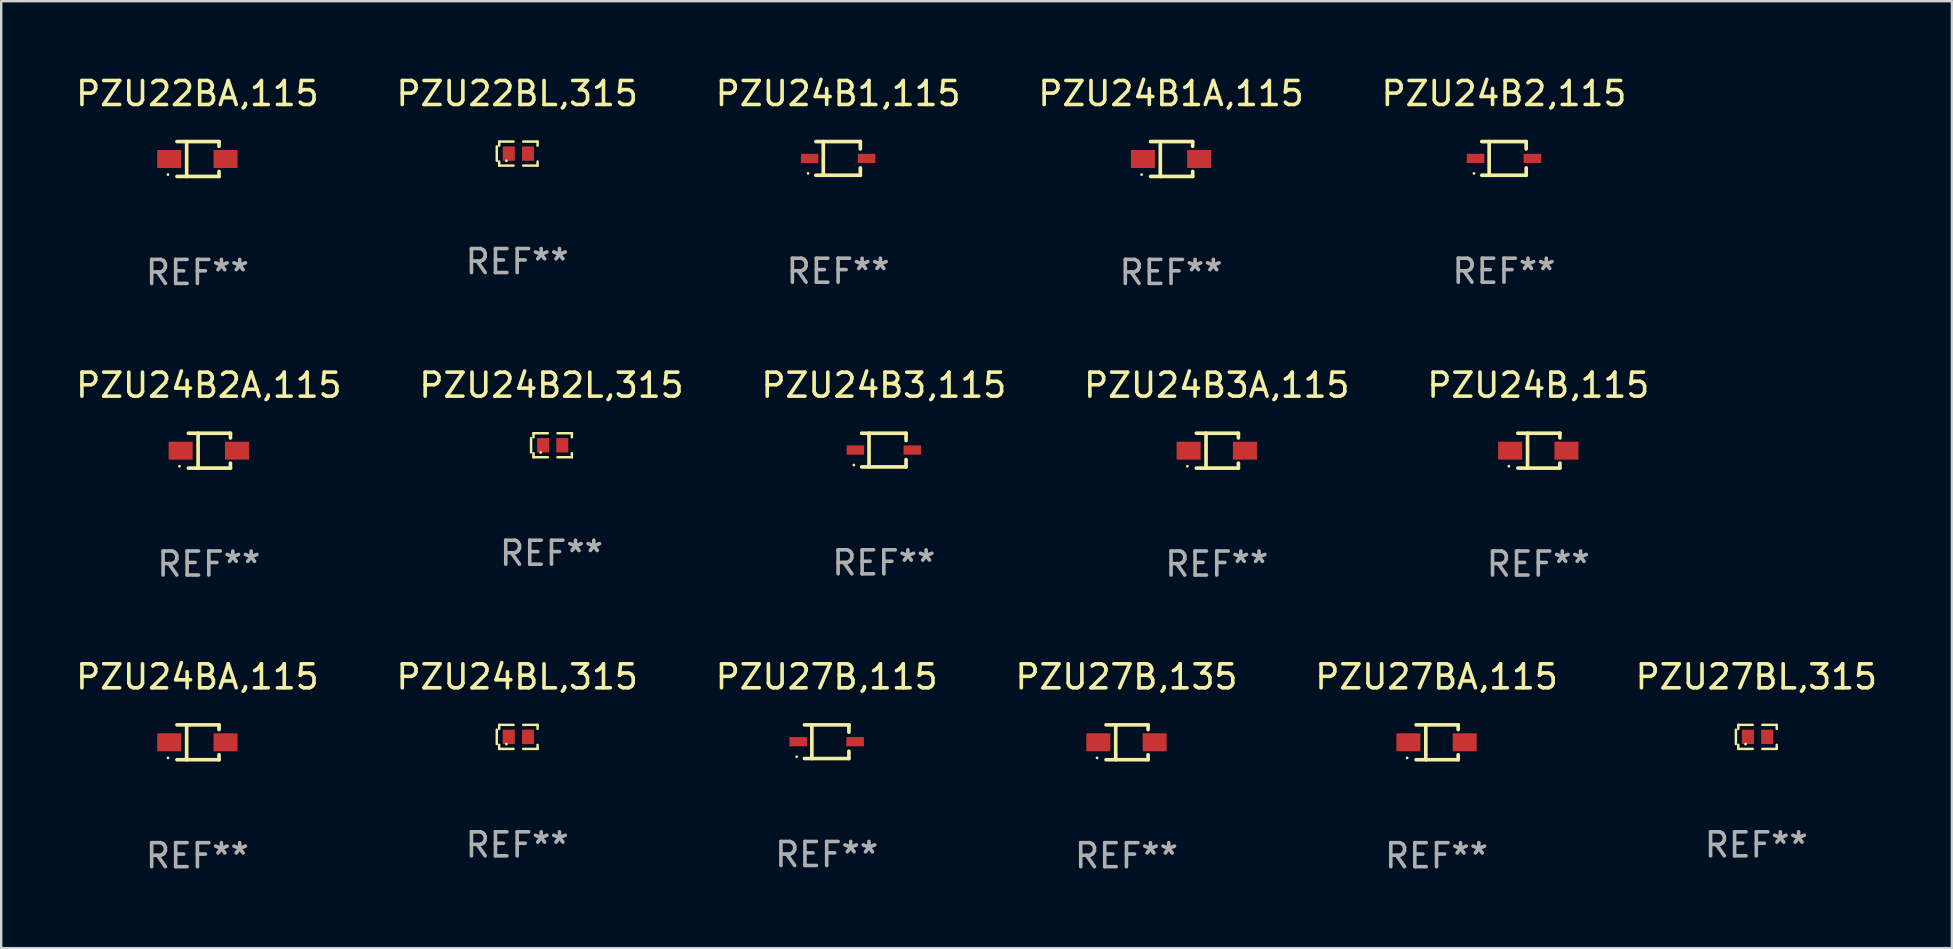
<source format=kicad_pcb>
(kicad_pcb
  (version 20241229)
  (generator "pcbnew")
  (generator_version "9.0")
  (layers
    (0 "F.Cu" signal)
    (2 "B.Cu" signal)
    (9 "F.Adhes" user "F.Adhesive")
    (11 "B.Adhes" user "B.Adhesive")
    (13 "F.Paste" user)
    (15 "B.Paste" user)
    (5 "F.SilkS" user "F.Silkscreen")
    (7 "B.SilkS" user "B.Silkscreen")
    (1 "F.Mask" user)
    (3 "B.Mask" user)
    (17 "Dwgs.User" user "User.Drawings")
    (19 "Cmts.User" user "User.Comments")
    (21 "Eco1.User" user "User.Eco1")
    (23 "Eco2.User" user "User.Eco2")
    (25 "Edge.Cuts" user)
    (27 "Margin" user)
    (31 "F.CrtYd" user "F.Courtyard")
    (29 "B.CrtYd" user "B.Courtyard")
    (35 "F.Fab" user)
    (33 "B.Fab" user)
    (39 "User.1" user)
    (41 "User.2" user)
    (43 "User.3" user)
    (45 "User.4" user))
  (footprint "PZU24B3A,115"
    (layer "F.Cu")
    (at 47.637 15.723)
    (property "Reference" "PZU24B3A,115" (at 0 -2.726 0) (layer "F.SilkS") (effects (font (size 1 1) (thickness 0.15))))
    (attr through_hole)
    (fp_line (start -0.851 -0.726) (end 0.901 -0.726) (stroke (width 0.152) (type solid)) (layer "F.SilkS"))
    (fp_line (start -0.851 0.726) (end 0.901 0.726) (stroke (width 0.152) (type solid)) (layer "F.SilkS"))
    (fp_line (start -0.447 -0.726) (end -0.447 0.726) (stroke (width 0.152) (type solid)) (layer "F.SilkS"))
    (fp_line (start 0.901 -0.726) (end 0.901 -0.53) (stroke (width 0.152) (type solid)) (layer "F.SilkS"))
    (fp_line (start 0.901 0.726) (end 0.901 0.52) (stroke (width 0.152) (type solid)) (layer "F.SilkS"))
    (fp_circle (center -1.225 0.65) (end -1.195 0.65) (stroke (width 0.06) (type solid)) (fill no) (layer "F.SilkS"))
    (fp_text user "REF**" (at 0 4.726 0) (layer "F.Fab") (effects (font (size 1 1) (thickness 0.15))))
    (pad "1" smd rect (at -1.173 0) (size 1 0.75) (layers "F.Cu" "F.Mask" "F.Paste"))
    (pad "2" smd rect (at 1.173 0) (size 1 0.75) (layers "F.Cu" "F.Mask" "F.Paste")))
  (footprint "PZU27BL,315"
    (layer "F.Cu")
    (at 70.113 27.646)
    (property "Reference" "PZU27BL,315" (at 0 -2.5 0) (layer "F.SilkS") (effects (font (size 1 1) (thickness 0.15))))
    (attr through_hole)
    (fp_line (start -0.85 -0.3) (end -0.85 0.3) (stroke (width 0.102) (type solid)) (layer "F.SilkS"))
    (fp_line (start -0.75 -0.5) (end -0.75 -0.329) (stroke (width 0.102) (type solid)) (layer "F.SilkS"))
    (fp_line (start -0.75 0.329) (end -0.75 0.5) (stroke (width 0.102) (type solid)) (layer "F.SilkS"))
    (fp_line (start -0.75 0.5) (end -0.15 0.5) (stroke (width 0.102) (type solid)) (layer "F.SilkS"))
    (fp_line (start -0.15 -0.5) (end -0.75 -0.5) (stroke (width 0.102) (type solid)) (layer "F.SilkS"))
    (fp_line (start 0.25 -0.5) (end 0.85 -0.5) (stroke (width 0.102) (type solid)) (layer "F.SilkS"))
    (fp_line (start 0.85 -0.5) (end 0.85 -0.33) (stroke (width 0.102) (type solid)) (layer "F.SilkS"))
    (fp_line (start 0.85 0.33) (end 0.85 0.5) (stroke (width 0.102) (type solid)) (layer "F.SilkS"))
    (fp_line (start 0.85 0.5) (end 0.25 0.5) (stroke (width 0.102) (type solid)) (layer "F.SilkS"))
    (fp_circle (center -0.45 0.3) (end -0.42 0.3) (stroke (width 0.06) (type solid)) (fill no) (layer "F.SilkS"))
    (fp_text user "REF**" (at 0 4.5 0) (layer "F.Fab") (effects (font (size 1 1) (thickness 0.15))))
    (pad "1" smd rect (at -0.35 0) (size 0.5 0.6) (layers "F.Cu" "F.Mask" "F.Paste"))
    (pad "2" smd rect (at 0.45 0) (size 0.5 0.6) (layers "F.Cu" "F.Mask" "F.Paste")))
  (footprint "PZU24B2L,315"
    (layer "F.Cu")
    (at 19.923 15.497)
    (property "Reference" "PZU24B2L,315" (at 0 -2.5 0) (layer "F.SilkS") (effects (font (size 1 1) (thickness 0.15))))
    (attr through_hole)
    (fp_line (start -0.85 -0.3) (end -0.85 0.3) (stroke (width 0.102) (type solid)) (layer "F.SilkS"))
    (fp_line (start -0.75 -0.5) (end -0.75 -0.329) (stroke (width 0.102) (type solid)) (layer "F.SilkS"))
    (fp_line (start -0.75 0.329) (end -0.75 0.5) (stroke (width 0.102) (type solid)) (layer "F.SilkS"))
    (fp_line (start -0.75 0.5) (end -0.15 0.5) (stroke (width 0.102) (type solid)) (layer "F.SilkS"))
    (fp_line (start -0.15 -0.5) (end -0.75 -0.5) (stroke (width 0.102) (type solid)) (layer "F.SilkS"))
    (fp_line (start 0.25 -0.5) (end 0.85 -0.5) (stroke (width 0.102) (type solid)) (layer "F.SilkS"))
    (fp_line (start 0.85 -0.5) (end 0.85 -0.33) (stroke (width 0.102) (type solid)) (layer "F.SilkS"))
    (fp_line (start 0.85 0.33) (end 0.85 0.5) (stroke (width 0.102) (type solid)) (layer "F.SilkS"))
    (fp_line (start 0.85 0.5) (end 0.25 0.5) (stroke (width 0.102) (type solid)) (layer "F.SilkS"))
    (fp_circle (center -0.45 0.3) (end -0.42 0.3) (stroke (width 0.06) (type solid)) (fill no) (layer "F.SilkS"))
    (fp_text user "REF**" (at 0 4.5 0) (layer "F.Fab") (effects (font (size 1 1) (thickness 0.15))))
    (pad "1" smd rect (at -0.35 0) (size 0.5 0.6) (layers "F.Cu" "F.Mask" "F.Paste"))
    (pad "2" smd rect (at 0.45 0) (size 0.5 0.6) (layers "F.Cu" "F.Mask" "F.Paste")))
  (footprint "PZU22BL,315"
    (layer "F.Cu")
    (at 18.494 3.348)
    (property "Reference" "PZU22BL,315" (at 0 -2.5 0) (layer "F.SilkS") (effects (font (size 1 1) (thickness 0.15))))
    (attr through_hole)
    (fp_line (start -0.85 -0.3) (end -0.85 0.3) (stroke (width 0.102) (type solid)) (layer "F.SilkS"))
    (fp_line (start -0.75 -0.5) (end -0.75 -0.329) (stroke (width 0.102) (type solid)) (layer "F.SilkS"))
    (fp_line (start -0.75 0.329) (end -0.75 0.5) (stroke (width 0.102) (type solid)) (layer "F.SilkS"))
    (fp_line (start -0.75 0.5) (end -0.15 0.5) (stroke (width 0.102) (type solid)) (layer "F.SilkS"))
    (fp_line (start -0.15 -0.5) (end -0.75 -0.5) (stroke (width 0.102) (type solid)) (layer "F.SilkS"))
    (fp_line (start 0.25 -0.5) (end 0.85 -0.5) (stroke (width 0.102) (type solid)) (layer "F.SilkS"))
    (fp_line (start 0.85 -0.5) (end 0.85 -0.33) (stroke (width 0.102) (type solid)) (layer "F.SilkS"))
    (fp_line (start 0.85 0.33) (end 0.85 0.5) (stroke (width 0.102) (type solid)) (layer "F.SilkS"))
    (fp_line (start 0.85 0.5) (end 0.25 0.5) (stroke (width 0.102) (type solid)) (layer "F.SilkS"))
    (fp_circle (center -0.45 0.3) (end -0.42 0.3) (stroke (width 0.06) (type solid)) (fill no) (layer "F.SilkS"))
    (fp_text user "REF**" (at 0 4.5 0) (layer "F.Fab") (effects (font (size 1 1) (thickness 0.15))))
    (pad "1" smd rect (at -0.35 0) (size 0.5 0.6) (layers "F.Cu" "F.Mask" "F.Paste"))
    (pad "2" smd rect (at 0.45 0) (size 0.5 0.6) (layers "F.Cu" "F.Mask" "F.Paste")))
  (footprint "PZU27BA,115"
    (layer "F.Cu")
    (at 56.792 27.872)
    (property "Reference" "PZU27BA,115" (at 0 -2.726 0) (layer "F.SilkS") (effects (font (size 1 1) (thickness 0.15))))
    (attr through_hole)
    (fp_line (start -0.851 -0.726) (end 0.901 -0.726) (stroke (width 0.152) (type solid)) (layer "F.SilkS"))
    (fp_line (start -0.851 0.726) (end 0.901 0.726) (stroke (width 0.152) (type solid)) (layer "F.SilkS"))
    (fp_line (start -0.447 -0.726) (end -0.447 0.726) (stroke (width 0.152) (type solid)) (layer "F.SilkS"))
    (fp_line (start 0.901 -0.726) (end 0.901 -0.53) (stroke (width 0.152) (type solid)) (layer "F.SilkS"))
    (fp_line (start 0.901 0.726) (end 0.901 0.52) (stroke (width 0.152) (type solid)) (layer "F.SilkS"))
    (fp_circle (center -1.225 0.65) (end -1.195 0.65) (stroke (width 0.06) (type solid)) (fill no) (layer "F.SilkS"))
    (fp_text user "REF**" (at 0 4.726 0) (layer "F.Fab") (effects (font (size 1 1) (thickness 0.15))))
    (pad "1" smd rect (at -1.173 0) (size 1 0.75) (layers "F.Cu" "F.Mask" "F.Paste"))
    (pad "2" smd rect (at 1.173 0) (size 1 0.75) (layers "F.Cu" "F.Mask" "F.Paste")))
  (footprint "PZU24BL,315"
    (layer "F.Cu")
    (at 18.494 27.646)
    (property "Reference" "PZU24BL,315" (at 0 -2.5 0) (layer "F.SilkS") (effects (font (size 1 1) (thickness 0.15))))
    (attr through_hole)
    (fp_line (start -0.85 -0.3) (end -0.85 0.3) (stroke (width 0.102) (type solid)) (layer "F.SilkS"))
    (fp_line (start -0.75 -0.5) (end -0.75 -0.329) (stroke (width 0.102) (type solid)) (layer "F.SilkS"))
    (fp_line (start -0.75 0.329) (end -0.75 0.5) (stroke (width 0.102) (type solid)) (layer "F.SilkS"))
    (fp_line (start -0.75 0.5) (end -0.15 0.5) (stroke (width 0.102) (type solid)) (layer "F.SilkS"))
    (fp_line (start -0.15 -0.5) (end -0.75 -0.5) (stroke (width 0.102) (type solid)) (layer "F.SilkS"))
    (fp_line (start 0.25 -0.5) (end 0.85 -0.5) (stroke (width 0.102) (type solid)) (layer "F.SilkS"))
    (fp_line (start 0.85 -0.5) (end 0.85 -0.33) (stroke (width 0.102) (type solid)) (layer "F.SilkS"))
    (fp_line (start 0.85 0.33) (end 0.85 0.5) (stroke (width 0.102) (type solid)) (layer "F.SilkS"))
    (fp_line (start 0.85 0.5) (end 0.25 0.5) (stroke (width 0.102) (type solid)) (layer "F.SilkS"))
    (fp_circle (center -0.45 0.3) (end -0.42 0.3) (stroke (width 0.06) (type solid)) (fill no) (layer "F.SilkS"))
    (fp_text user "REF**" (at 0 4.5 0) (layer "F.Fab") (effects (font (size 1 1) (thickness 0.15))))
    (pad "1" smd rect (at -0.35 0) (size 0.5 0.6) (layers "F.Cu" "F.Mask" "F.Paste"))
    (pad "2" smd rect (at 0.45 0) (size 0.5 0.6) (layers "F.Cu" "F.Mask" "F.Paste")))
  (footprint "PZU24B1A,115"
    (layer "F.Cu")
    (at 45.732 3.574)
    (property "Reference" "PZU24B1A,115" (at 0 -2.726 0) (layer "F.SilkS") (effects (font (size 1 1) (thickness 0.15))))
    (attr through_hole)
    (fp_line (start -0.851 -0.726) (end 0.901 -0.726) (stroke (width 0.152) (type solid)) (layer "F.SilkS"))
    (fp_line (start -0.851 0.726) (end 0.901 0.726) (stroke (width 0.152) (type solid)) (layer "F.SilkS"))
    (fp_line (start -0.447 -0.726) (end -0.447 0.726) (stroke (width 0.152) (type solid)) (layer "F.SilkS"))
    (fp_line (start 0.901 -0.726) (end 0.901 -0.53) (stroke (width 0.152) (type solid)) (layer "F.SilkS"))
    (fp_line (start 0.901 0.726) (end 0.901 0.52) (stroke (width 0.152) (type solid)) (layer "F.SilkS"))
    (fp_circle (center -1.225 0.65) (end -1.195 0.65) (stroke (width 0.06) (type solid)) (fill no) (layer "F.SilkS"))
    (fp_text user "REF**" (at 0 4.726 0) (layer "F.Fab") (effects (font (size 1 1) (thickness 0.15))))
    (pad "1" smd rect (at -1.173 0) (size 1 0.75) (layers "F.Cu" "F.Mask" "F.Paste"))
    (pad "2" smd rect (at 1.173 0) (size 1 0.75) (layers "F.Cu" "F.Mask" "F.Paste")))
  (footprint "PZU24B1,115"
    (layer "F.Cu")
    (at 31.863 3.549)
    (property "Reference" "PZU24B1,115" (at 0 -2.701 0) (layer "F.SilkS") (effects (font (size 1 1) (thickness 0.15))))
    (attr through_hole)
    (fp_line (start -0.926 -0.701) (end 0.926 -0.701) (stroke (width 0.152) (type solid)) (layer "F.SilkS"))
    (fp_line (start -0.926 0.701) (end 0.926 0.701) (stroke (width 0.152) (type solid)) (layer "F.SilkS"))
    (fp_line (start -0.617 -0.701) (end -0.617 0.701) (stroke (width 0.152) (type solid)) (layer "F.SilkS"))
    (fp_line (start 0.926 -0.701) (end 0.926 -0.396) (stroke (width 0.152) (type solid)) (layer "F.SilkS"))
    (fp_line (start 0.926 0.701) (end 0.926 0.396) (stroke (width 0.152) (type solid)) (layer "F.SilkS"))
    (fp_circle (center -1.25 0.625) (end -1.22 0.625) (stroke (width 0.06) (type solid)) (fill no) (layer "F.SilkS"))
    (fp_text user "REF**" (at 0 4.701 0) (layer "F.Fab") (effects (font (size 1 1) (thickness 0.15))))
    (pad "1" smd rect (at -1.185 0 180) (size 0.73 0.385) (layers "F.Cu" "F.Mask" "F.Paste"))
    (pad "2" smd rect (at 1.185 0 180) (size 0.73 0.385) (layers "F.Cu" "F.Mask" "F.Paste")))
  (footprint "PZU27B,115"
    (layer "F.Cu")
    (at 31.387 27.847)
    (property "Reference" "PZU27B,115" (at 0 -2.701 0) (layer "F.SilkS") (effects (font (size 1 1) (thickness 0.15))))
    (attr through_hole)
    (fp_line (start -0.926 -0.701) (end 0.926 -0.701) (stroke (width 0.152) (type solid)) (layer "F.SilkS"))
    (fp_line (start -0.926 0.701) (end 0.926 0.701) (stroke (width 0.152) (type solid)) (layer "F.SilkS"))
    (fp_line (start -0.617 -0.701) (end -0.617 0.701) (stroke (width 0.152) (type solid)) (layer "F.SilkS"))
    (fp_line (start 0.926 -0.701) (end 0.926 -0.396) (stroke (width 0.152) (type solid)) (layer "F.SilkS"))
    (fp_line (start 0.926 0.701) (end 0.926 0.396) (stroke (width 0.152) (type solid)) (layer "F.SilkS"))
    (fp_circle (center -1.25 0.625) (end -1.22 0.625) (stroke (width 0.06) (type solid)) (fill no) (layer "F.SilkS"))
    (fp_text user "REF**" (at 0 4.701 0) (layer "F.Fab") (effects (font (size 1 1) (thickness 0.15))))
    (pad "1" smd rect (at -1.185 0 180) (size 0.73 0.385) (layers "F.Cu" "F.Mask" "F.Paste"))
    (pad "2" smd rect (at 1.185 0 180) (size 0.73 0.385) (layers "F.Cu" "F.Mask" "F.Paste")))
  (footprint "PZU24B,115"
    (layer "F.Cu")
    (at 61.03 15.723)
    (property "Reference" "PZU24B,115" (at 0 -2.726 0) (layer "F.SilkS") (effects (font (size 1 1) (thickness 0.15))))
    (attr through_hole)
    (fp_line (start -0.851 -0.726) (end 0.901 -0.726) (stroke (width 0.152) (type solid)) (layer "F.SilkS"))
    (fp_line (start -0.851 0.726) (end 0.901 0.726) (stroke (width 0.152) (type solid)) (layer "F.SilkS"))
    (fp_line (start -0.447 -0.726) (end -0.447 0.726) (stroke (width 0.152) (type solid)) (layer "F.SilkS"))
    (fp_line (start 0.901 -0.726) (end 0.901 -0.53) (stroke (width 0.152) (type solid)) (layer "F.SilkS"))
    (fp_line (start 0.901 0.726) (end 0.901 0.52) (stroke (width 0.152) (type solid)) (layer "F.SilkS"))
    (fp_circle (center -1.225 0.65) (end -1.195 0.65) (stroke (width 0.06) (type solid)) (fill no) (layer "F.SilkS"))
    (fp_text user "REF**" (at 0 4.726 0) (layer "F.Fab") (effects (font (size 1 1) (thickness 0.15))))
    (pad "1" smd rect (at -1.173 0) (size 1 0.75) (layers "F.Cu" "F.Mask" "F.Paste"))
    (pad "2" smd rect (at 1.173 0) (size 1 0.75) (layers "F.Cu" "F.Mask" "F.Paste")))
  (footprint "PZU24B2,115"
    (layer "F.Cu")
    (at 59.601 3.549)
    (property "Reference" "PZU24B2,115" (at 0 -2.701 0) (layer "F.SilkS") (effects (font (size 1 1) (thickness 0.15))))
    (attr through_hole)
    (fp_line (start -0.926 -0.701) (end 0.926 -0.701) (stroke (width 0.152) (type solid)) (layer "F.SilkS"))
    (fp_line (start -0.926 0.701) (end 0.926 0.701) (stroke (width 0.152) (type solid)) (layer "F.SilkS"))
    (fp_line (start -0.617 -0.701) (end -0.617 0.701) (stroke (width 0.152) (type solid)) (layer "F.SilkS"))
    (fp_line (start 0.926 -0.701) (end 0.926 -0.396) (stroke (width 0.152) (type solid)) (layer "F.SilkS"))
    (fp_line (start 0.926 0.701) (end 0.926 0.396) (stroke (width 0.152) (type solid)) (layer "F.SilkS"))
    (fp_circle (center -1.25 0.625) (end -1.22 0.625) (stroke (width 0.06) (type solid)) (fill no) (layer "F.SilkS"))
    (fp_text user "REF**" (at 0 4.701 0) (layer "F.Fab") (effects (font (size 1 1) (thickness 0.15))))
    (pad "1" smd rect (at -1.185 0 180) (size 0.73 0.385) (layers "F.Cu" "F.Mask" "F.Paste"))
    (pad "2" smd rect (at 1.185 0 180) (size 0.73 0.385) (layers "F.Cu" "F.Mask" "F.Paste")))
  (footprint "PZU24BA,115"
    (layer "F.Cu")
    (at 5.173 27.872)
    (property "Reference" "PZU24BA,115" (at 0 -2.726 0) (layer "F.SilkS") (effects (font (size 1 1) (thickness 0.15))))
    (attr through_hole)
    (fp_line (start -0.851 -0.726) (end 0.901 -0.726) (stroke (width 0.152) (type solid)) (layer "F.SilkS"))
    (fp_line (start -0.851 0.726) (end 0.901 0.726) (stroke (width 0.152) (type solid)) (layer "F.SilkS"))
    (fp_line (start -0.447 -0.726) (end -0.447 0.726) (stroke (width 0.152) (type solid)) (layer "F.SilkS"))
    (fp_line (start 0.901 -0.726) (end 0.901 -0.53) (stroke (width 0.152) (type solid)) (layer "F.SilkS"))
    (fp_line (start 0.901 0.726) (end 0.901 0.52) (stroke (width 0.152) (type solid)) (layer "F.SilkS"))
    (fp_circle (center -1.225 0.65) (end -1.195 0.65) (stroke (width 0.06) (type solid)) (fill no) (layer "F.SilkS"))
    (fp_text user "REF**" (at 0 4.726 0) (layer "F.Fab") (effects (font (size 1 1) (thickness 0.15))))
    (pad "1" smd rect (at -1.173 0) (size 1 0.75) (layers "F.Cu" "F.Mask" "F.Paste"))
    (pad "2" smd rect (at 1.173 0) (size 1 0.75) (layers "F.Cu" "F.Mask" "F.Paste")))
  (footprint "PZU27B,135"
    (layer "F.Cu")
    (at 43.875 27.872)
    (property "Reference" "PZU27B,135" (at 0 -2.726 0) (layer "F.SilkS") (effects (font (size 1 1) (thickness 0.15))))
    (attr through_hole)
    (fp_line (start -0.851 -0.726) (end 0.901 -0.726) (stroke (width 0.152) (type solid)) (layer "F.SilkS"))
    (fp_line (start -0.851 0.726) (end 0.901 0.726) (stroke (width 0.152) (type solid)) (layer "F.SilkS"))
    (fp_line (start -0.447 -0.726) (end -0.447 0.726) (stroke (width 0.152) (type solid)) (layer "F.SilkS"))
    (fp_line (start 0.901 -0.726) (end 0.901 -0.53) (stroke (width 0.152) (type solid)) (layer "F.SilkS"))
    (fp_line (start 0.901 0.726) (end 0.901 0.52) (stroke (width 0.152) (type solid)) (layer "F.SilkS"))
    (fp_circle (center -1.225 0.65) (end -1.195 0.65) (stroke (width 0.06) (type solid)) (fill no) (layer "F.SilkS"))
    (fp_text user "REF**" (at 0 4.726 0) (layer "F.Fab") (effects (font (size 1 1) (thickness 0.15))))
    (pad "1" smd rect (at -1.173 0) (size 1 0.75) (layers "F.Cu" "F.Mask" "F.Paste"))
    (pad "2" smd rect (at 1.173 0) (size 1 0.75) (layers "F.Cu" "F.Mask" "F.Paste")))
  (footprint "PZU24B3,115"
    (layer "F.Cu")
    (at 33.768 15.698)
    (property "Reference" "PZU24B3,115" (at 0 -2.701 0) (layer "F.SilkS") (effects (font (size 1 1) (thickness 0.15))))
    (attr through_hole)
    (fp_line (start -0.926 -0.701) (end 0.926 -0.701) (stroke (width 0.152) (type solid)) (layer "F.SilkS"))
    (fp_line (start -0.926 0.701) (end 0.926 0.701) (stroke (width 0.152) (type solid)) (layer "F.SilkS"))
    (fp_line (start -0.617 -0.701) (end -0.617 0.701) (stroke (width 0.152) (type solid)) (layer "F.SilkS"))
    (fp_line (start 0.926 -0.701) (end 0.926 -0.396) (stroke (width 0.152) (type solid)) (layer "F.SilkS"))
    (fp_line (start 0.926 0.701) (end 0.926 0.396) (stroke (width 0.152) (type solid)) (layer "F.SilkS"))
    (fp_circle (center -1.25 0.625) (end -1.22 0.625) (stroke (width 0.06) (type solid)) (fill no) (layer "F.SilkS"))
    (fp_text user "REF**" (at 0 4.701 0) (layer "F.Fab") (effects (font (size 1 1) (thickness 0.15))))
    (pad "1" smd rect (at -1.185 0 180) (size 0.73 0.385) (layers "F.Cu" "F.Mask" "F.Paste"))
    (pad "2" smd rect (at 1.185 0 180) (size 0.73 0.385) (layers "F.Cu" "F.Mask" "F.Paste")))
  (footprint "PZU22BA,115"
    (layer "F.Cu")
    (at 5.173 3.574)
    (property "Reference" "PZU22BA,115" (at 0 -2.726 0) (layer "F.SilkS") (effects (font (size 1 1) (thickness 0.15))))
    (attr through_hole)
    (fp_line (start -0.851 -0.726) (end 0.901 -0.726) (stroke (width 0.152) (type solid)) (layer "F.SilkS"))
    (fp_line (start -0.851 0.726) (end 0.901 0.726) (stroke (width 0.152) (type solid)) (layer "F.SilkS"))
    (fp_line (start -0.447 -0.726) (end -0.447 0.726) (stroke (width 0.152) (type solid)) (layer "F.SilkS"))
    (fp_line (start 0.901 -0.726) (end 0.901 -0.53) (stroke (width 0.152) (type solid)) (layer "F.SilkS"))
    (fp_line (start 0.901 0.726) (end 0.901 0.52) (stroke (width 0.152) (type solid)) (layer "F.SilkS"))
    (fp_circle (center -1.225 0.65) (end -1.195 0.65) (stroke (width 0.06) (type solid)) (fill no) (layer "F.SilkS"))
    (fp_text user "REF**" (at 0 4.726 0) (layer "F.Fab") (effects (font (size 1 1) (thickness 0.15))))
    (pad "1" smd rect (at -1.173 0) (size 1 0.75) (layers "F.Cu" "F.Mask" "F.Paste"))
    (pad "2" smd rect (at 1.173 0) (size 1 0.75) (layers "F.Cu" "F.Mask" "F.Paste")))
  (footprint "PZU24B2A,115"
    (layer "F.Cu")
    (at 5.649 15.723)
    (property "Reference" "PZU24B2A,115" (at 0 -2.726 0) (layer "F.SilkS") (effects (font (size 1 1) (thickness 0.15))))
    (attr through_hole)
    (fp_line (start -0.851 -0.726) (end 0.901 -0.726) (stroke (width 0.152) (type solid)) (layer "F.SilkS"))
    (fp_line (start -0.851 0.726) (end 0.901 0.726) (stroke (width 0.152) (type solid)) (layer "F.SilkS"))
    (fp_line (start -0.447 -0.726) (end -0.447 0.726) (stroke (width 0.152) (type solid)) (layer "F.SilkS"))
    (fp_line (start 0.901 -0.726) (end 0.901 -0.53) (stroke (width 0.152) (type solid)) (layer "F.SilkS"))
    (fp_line (start 0.901 0.726) (end 0.901 0.52) (stroke (width 0.152) (type solid)) (layer "F.SilkS"))
    (fp_circle (center -1.225 0.65) (end -1.195 0.65) (stroke (width 0.06) (type solid)) (fill no) (layer "F.SilkS"))
    (fp_text user "REF**" (at 0 4.726 0) (layer "F.Fab") (effects (font (size 1 1) (thickness 0.15))))
    (pad "1" smd rect (at -1.173 0) (size 1 0.75) (layers "F.Cu" "F.Mask" "F.Paste"))
    (pad "2" smd rect (at 1.173 0) (size 1 0.75) (layers "F.Cu" "F.Mask" "F.Paste")))
  (gr_rect
    (start -3 -3)
    (end 78.262 36.447)
    (stroke (width 0.1) (type default))
    (fill no)
    (layer "Edge.Cuts")))
</source>
